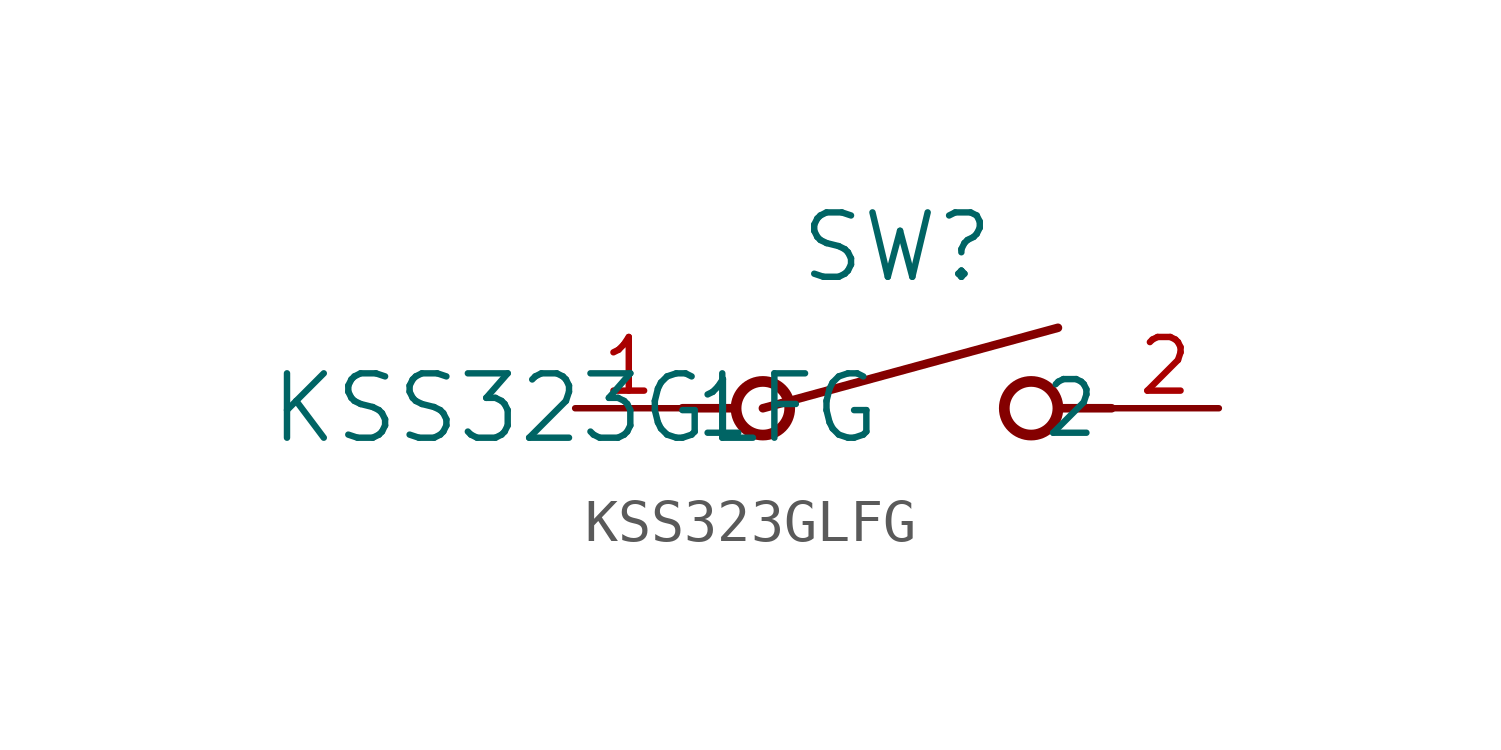
<source format=kicad_sym>
(kicad_symbol_lib
  (version 20211014)
  (generator kicad_symbol_editor)
  (symbol "KSS323GLFG"
    (pin_names
      (offset 0.254))
    (property "Reference" "SW"
      (at 7.62 3.81 0)
      (effects (font (size 1.524 1.524))))
    (property "Value" "KSS323GLFG"
      (at 0 0 0)
      (effects (font (size 1.524 1.524))))
    (symbol "KSS323GLFG_0_1"
      (polyline (pts (xy 2.54 0) (xy 3.81 0)) (stroke (width 0.203) (type default) (color 0 0 0 0)) (fill (type none)))
      (circle (center 10.795 0) (radius 0.635) (stroke (width 0.254) (type default) (color 0 0 0 0)) (fill (type none)))
      (circle (center 4.445 0) (radius 0.635) (stroke (width 0.254) (type default) (color 0 0 0 0)) (fill (type none)))
      (polyline (pts (xy 12.7 0) (xy 11.43 0)) (stroke (width 0.203) (type default) (color 0 0 0 0)) (fill (type none)))
      (polyline (pts (xy 4.445 0) (xy 11.43 1.905)) (stroke (width 0.203) (type default) (color 0 0 0 0)) (fill (type none)))
      (pin unspecified line (at 0 0 0) (length 2.54) (name "1" (effects (font (size 1.27 1.27)))) (number "1" (effects (font (size 1.27 1.27)))))
      (pin unspecified line (at 15.24 0 180) (length 2.54) (name "2" (effects (font (size 1.27 1.27)))) (number "2" (effects (font (size 1.27 1.27))))))))
</source>
